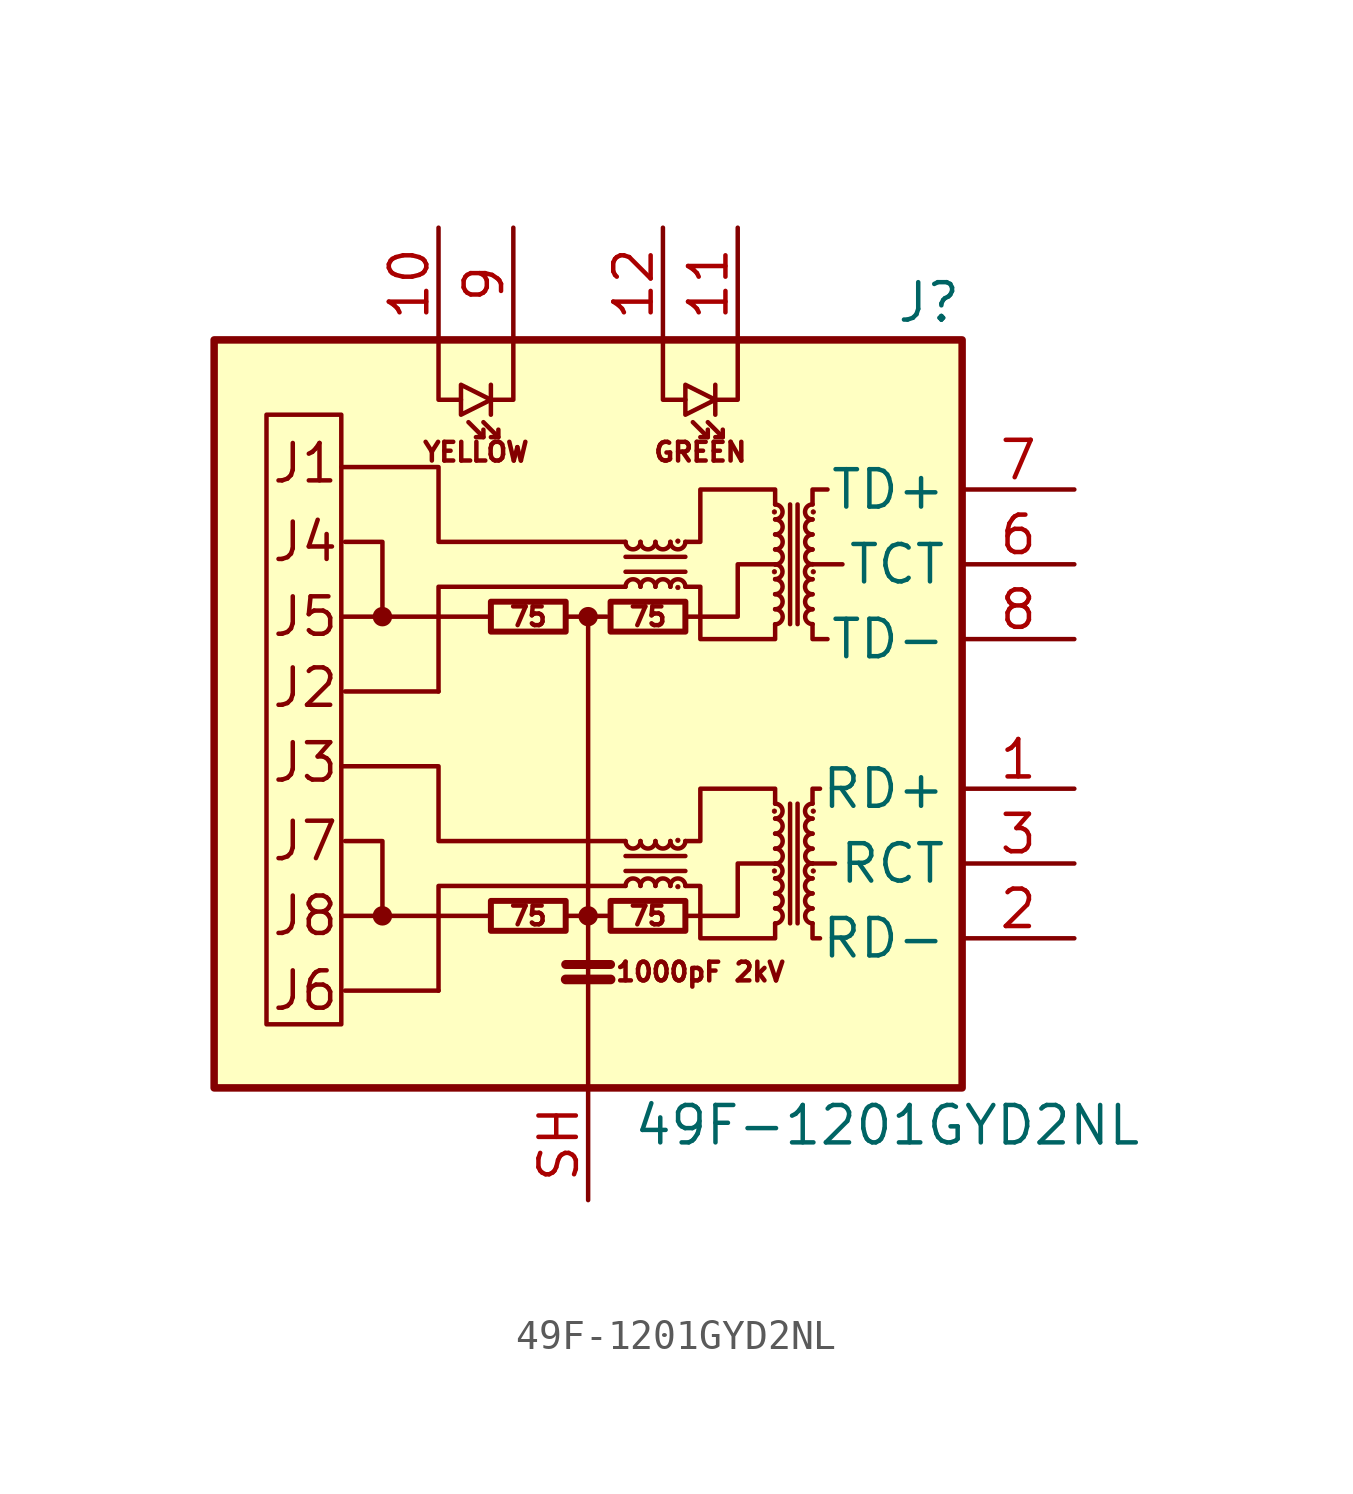
<source format=kicad_sym>
(kicad_symbol_lib
  (version 20211014)
  (generator kicad_symbol_editor)
  (symbol "49F-1201GYD2NL"
    (property "Reference" "J"
      (at 12.7 13.97 0)
      (effects (font (size 1.27 1.27)) (justify right)))
    (property "Value" "49F-1201GYD2NL"
      (at 10.16 -13.97 0)
      (effects (font (size 1.27 1.27))))
    (symbol "49F-1201GYD2NL_0_0"
      (rectangle (start -12.7 12.7) (end 12.7 -12.7) (stroke (width 0.254) (type default) (color 0 0 0 0)) (fill (type background)))
      (polyline (pts (xy -3.302 -6.858) (xy -8.382 -6.858)) (stroke (width 0) (type default) (color 0 0 0 0)) (fill (type none)))
      (polyline (pts (xy -3.302 3.302) (xy -8.382 3.302)) (stroke (width 0) (type default) (color 0 0 0 0)) (fill (type none)))
      (polyline (pts (xy 8.382 -5.08) (xy 7.62 -5.08)) (stroke (width 0) (type default) (color 0 0 0 0)) (fill (type none)))
      (polyline (pts (xy 8.636 5.08) (xy 7.62 5.08)) (stroke (width 0) (type default) (color 0 0 0 0)) (fill (type none)))
      (polyline (pts (xy 1.27 -4.318) (xy -5.08 -4.318) (xy -5.08 -1.778) (xy -8.382 -1.778)) (stroke (width 0) (type default) (color 0 0 0 0)) (fill (type none)))
      (polyline (pts (xy 1.27 5.842) (xy -5.08 5.842) (xy -5.08 8.382) (xy -8.382 8.382)) (stroke (width 0) (type default) (color 0 0 0 0)) (fill (type none)))
      (polyline (pts (xy 3.302 -6.858) (xy 5.08 -6.858) (xy 5.08 -5.08) (xy 6.35 -5.08)) (stroke (width 0) (type default) (color 0 0 0 0)) (fill (type none)))
      (polyline (pts (xy 3.302 3.302) (xy 5.08 3.302) (xy 5.08 5.08) (xy 6.35 5.08)) (stroke (width 0) (type default) (color 0 0 0 0)) (fill (type none)))
      (text "1000pF 2kV" (at 3.81 -8.763 0) (effects (font (size 0.635 0.635))))
      (text "75" (at -2.032 -6.858 0) (effects (font (size 0.635 0.635))))
      (text "75" (at -2.032 3.302 0) (effects (font (size 0.635 0.635))))
      (text "75" (at 2.032 -6.858 0) (effects (font (size 0.635 0.635))))
      (text "75" (at 2.032 3.302 0) (effects (font (size 0.635 0.635))))
      (text "GREEN" (at 3.81 8.89 0) (effects (font (size 0.635 0.635))))
      (text "J1" (at -10.795 8.509 0) (effects (font (size 1.27 1.27)) (justify left)))
      (text "J2" (at -10.795 0.889 0) (effects (font (size 1.27 1.27)) (justify left)))
      (text "J3" (at -10.795 -1.651 0) (effects (font (size 1.27 1.27)) (justify left)))
      (text "J4" (at -10.795 5.842 0) (effects (font (size 1.27 1.27)) (justify left)))
      (text "J5" (at -10.795 3.302 0) (effects (font (size 1.27 1.27)) (justify left)))
      (text "J6" (at -10.795 -9.398 0) (effects (font (size 1.27 1.27)) (justify left)))
      (text "J7" (at -10.795 -4.318 0) (effects (font (size 1.27 1.27)) (justify left)))
      (text "J8" (at -10.795 -6.858 0) (effects (font (size 1.27 1.27)) (justify left)))
      (text "YELLOW" (at -3.81 8.89 0) (effects (font (size 0.635 0.635)))))
    (symbol "49F-1201GYD2NL_0_1"
      (rectangle (start -8.382 -10.541) (end -10.922 10.16) (stroke (width 0) (type default) (color 0 0 0 0)) (fill (type none)))
      (circle (center -6.985 -6.858) (radius 0.254) (stroke (width 0) (type default) (color 0 0 0 0)) (fill (type outline)))
      (circle (center -6.985 3.302) (radius 0.254) (stroke (width 0) (type default) (color 0 0 0 0)) (fill (type outline)))
      (rectangle (start -3.302 -7.366) (end -0.762 -6.35) (stroke (width 0.203) (type default) (color 0 0 0 0)) (fill (type none)))
      (rectangle (start -3.302 2.794) (end -0.762 3.81) (stroke (width 0.203) (type default) (color 0 0 0 0)) (fill (type none)))
      (circle (center 0 -6.858) (radius 0.254) (stroke (width 0) (type default) (color 0 0 0 0)) (fill (type outline)))
      (polyline (pts (xy -5.08 -9.398) (xy -8.255 -9.398)) (stroke (width 0) (type default) (color 0 0 0 0)) (fill (type none)))
      (polyline (pts (xy -5.08 0.762) (xy -8.255 0.762)) (stroke (width 0) (type default) (color 0 0 0 0)) (fill (type none)))
      (polyline (pts (xy -3.556 9.398) (xy -4.064 9.906)) (stroke (width 0) (type default) (color 0 0 0 0)) (fill (type none)))
      (polyline (pts (xy -3.302 11.176) (xy -3.302 10.16)) (stroke (width 0) (type default) (color 0 0 0 0)) (fill (type none)))
      (polyline (pts (xy -3.048 9.398) (xy -3.556 9.906)) (stroke (width 0) (type default) (color 0 0 0 0)) (fill (type none)))
      (polyline (pts (xy -0.762 -9.017) (xy 0.762 -9.017)) (stroke (width 0.33) (type default) (color 0 0 0 0)) (fill (type none)))
      (polyline (pts (xy -0.762 -8.509) (xy 0.762 -8.509)) (stroke (width 0.305) (type default) (color 0 0 0 0)) (fill (type none)))
      (polyline (pts (xy 0 3.302) (xy -0.762 3.302)) (stroke (width 0) (type default) (color 0 0 0 0)) (fill (type none)))
      (polyline (pts (xy 0.762 -6.858) (xy -0.762 -6.858)) (stroke (width 0) (type default) (color 0 0 0 0)) (fill (type none)))
      (polyline (pts (xy 1.27 -5.334) (xy 3.302 -5.334)) (stroke (width 0) (type default) (color 0 0 0 0)) (fill (type none)))
      (polyline (pts (xy 1.27 4.826) (xy 3.302 4.826)) (stroke (width 0) (type default) (color 0 0 0 0)) (fill (type none)))
      (polyline (pts (xy 3.302 -4.826) (xy 1.27 -4.826)) (stroke (width 0) (type default) (color 0 0 0 0)) (fill (type none)))
      (polyline (pts (xy 3.302 5.334) (xy 1.27 5.334)) (stroke (width 0) (type default) (color 0 0 0 0)) (fill (type none)))
      (polyline (pts (xy 4.064 9.398) (xy 3.556 9.906)) (stroke (width 0) (type default) (color 0 0 0 0)) (fill (type none)))
      (polyline (pts (xy 4.318 11.176) (xy 4.318 10.16)) (stroke (width 0) (type default) (color 0 0 0 0)) (fill (type none)))
      (polyline (pts (xy 4.572 9.398) (xy 4.064 9.906)) (stroke (width 0) (type default) (color 0 0 0 0)) (fill (type none)))
      (polyline (pts (xy 6.858 -3.048) (xy 6.858 -7.112)) (stroke (width 0) (type default) (color 0 0 0 0)) (fill (type none)))
      (polyline (pts (xy 6.858 7.112) (xy 6.858 3.048)) (stroke (width 0) (type default) (color 0 0 0 0)) (fill (type none)))
      (polyline (pts (xy 7.112 -7.112) (xy 7.112 -3.048)) (stroke (width 0) (type default) (color 0 0 0 0)) (fill (type none)))
      (polyline (pts (xy 7.112 3.048) (xy 7.112 7.112)) (stroke (width 0) (type default) (color 0 0 0 0)) (fill (type none)))
      (polyline (pts (xy -6.985 -6.858) (xy -6.985 -4.318) (xy -8.255 -4.318)) (stroke (width 0) (type default) (color 0 0 0 0)) (fill (type none)))
      (polyline (pts (xy -6.985 3.302) (xy -6.985 5.842) (xy -8.255 5.842)) (stroke (width 0) (type default) (color 0 0 0 0)) (fill (type none)))
      (polyline (pts (xy -5.08 12.7) (xy -5.08 10.668) (xy -4.318 10.668)) (stroke (width 0) (type default) (color 0 0 0 0)) (fill (type none)))
      (polyline (pts (xy -3.556 9.652) (xy -3.556 9.398) (xy -3.81 9.398)) (stroke (width 0) (type default) (color 0 0 0 0)) (fill (type none)))
      (polyline (pts (xy -3.048 9.652) (xy -3.048 9.398) (xy -3.302 9.398)) (stroke (width 0) (type default) (color 0 0 0 0)) (fill (type none)))
      (polyline (pts (xy -2.54 12.7) (xy -2.54 10.668) (xy -3.302 10.668)) (stroke (width 0) (type default) (color 0 0 0 0)) (fill (type none)))
      (polyline (pts (xy 0 -12.7) (xy 0 3.302) (xy 0.635 3.302)) (stroke (width 0) (type default) (color 0 0 0 0)) (fill (type none)))
      (polyline (pts (xy 1.27 -5.842) (xy -5.08 -5.842) (xy -5.08 -9.398)) (stroke (width 0) (type default) (color 0 0 0 0)) (fill (type none)))
      (polyline (pts (xy 1.27 4.318) (xy -5.08 4.318) (xy -5.08 0.762)) (stroke (width 0) (type default) (color 0 0 0 0)) (fill (type none)))
      (polyline (pts (xy 2.54 12.7) (xy 2.54 10.668) (xy 3.302 10.668)) (stroke (width 0) (type default) (color 0 0 0 0)) (fill (type none)))
      (polyline (pts (xy 4.064 9.652) (xy 4.064 9.398) (xy 3.81 9.398)) (stroke (width 0) (type default) (color 0 0 0 0)) (fill (type none)))
      (polyline (pts (xy 4.572 9.652) (xy 4.572 9.398) (xy 4.318 9.398)) (stroke (width 0) (type default) (color 0 0 0 0)) (fill (type none)))
      (polyline (pts (xy 5.08 12.7) (xy 5.08 10.668) (xy 4.318 10.668)) (stroke (width 0) (type default) (color 0 0 0 0)) (fill (type none)))
      (polyline (pts (xy 7.62 -7.112) (xy 7.62 -7.62) (xy 7.874 -7.62)) (stroke (width 0) (type default) (color 0 0 0 0)) (fill (type none)))
      (polyline (pts (xy 7.62 -3.048) (xy 7.62 -2.54) (xy 7.874 -2.54)) (stroke (width 0) (type default) (color 0 0 0 0)) (fill (type none)))
      (polyline (pts (xy 7.62 3.048) (xy 7.62 2.54) (xy 8.128 2.54)) (stroke (width 0) (type default) (color 0 0 0 0)) (fill (type none)))
      (polyline (pts (xy 7.62 7.112) (xy 7.62 7.62) (xy 8.128 7.62)) (stroke (width 0) (type default) (color 0 0 0 0)) (fill (type none)))
      (polyline (pts (xy -3.302 10.668) (xy -4.318 11.176) (xy -4.318 10.16) (xy -3.302 10.668)) (stroke (width 0) (type default) (color 0 0 0 0)) (fill (type none)))
      (polyline (pts (xy 4.318 10.668) (xy 3.302 11.176) (xy 3.302 10.16) (xy 4.318 10.668)) (stroke (width 0) (type default) (color 0 0 0 0)) (fill (type none)))
      (polyline (pts (xy 3.302 -4.318) (xy 3.81 -4.318) (xy 3.81 -2.54) (xy 6.35 -2.54) (xy 6.35 -3.048)) (stroke (width 0) (type default) (color 0 0 0 0)) (fill (type none)))
      (polyline (pts (xy 3.302 5.842) (xy 3.81 5.842) (xy 3.81 7.62) (xy 6.35 7.62) (xy 6.35 7.112)) (stroke (width 0) (type default) (color 0 0 0 0)) (fill (type none)))
      (polyline (pts (xy 6.35 -7.112) (xy 6.35 -7.62) (xy 3.81 -7.62) (xy 3.81 -5.842) (xy 3.302 -5.842)) (stroke (width 0) (type default) (color 0 0 0 0)) (fill (type none)))
      (polyline (pts (xy 6.35 3.048) (xy 6.35 2.54) (xy 3.81 2.54) (xy 3.81 4.318) (xy 3.302 4.318)) (stroke (width 0) (type default) (color 0 0 0 0)) (fill (type none)))
      (circle (center 0 3.302) (radius 0.254) (stroke (width 0) (type default) (color 0 0 0 0)) (fill (type outline)))
      (rectangle (start 0.762 -7.366) (end 3.302 -6.35) (stroke (width 0.203) (type default) (color 0 0 0 0)) (fill (type none)))
      (rectangle (start 0.762 2.794) (end 3.302 3.81) (stroke (width 0.203) (type default) (color 0 0 0 0)) (fill (type none)))
      (arc (start 1.27 -4.318) (mid 1.524 -4.572) (end 1.778 -4.318) (stroke (width 0) (type default) (color 0 0 0 0)) (fill (type none)))
      (arc (start 1.27 5.842) (mid 1.524 5.588) (end 1.778 5.842) (stroke (width 0) (type default) (color 0 0 0 0)) (fill (type none)))
      (arc (start 1.778 -5.842) (mid 1.524 -5.588) (end 1.27 -5.842) (stroke (width 0) (type default) (color 0 0 0 0)) (fill (type none)))
      (arc (start 1.778 -4.318) (mid 2.032 -4.572) (end 2.286 -4.318) (stroke (width 0) (type default) (color 0 0 0 0)) (fill (type none)))
      (arc (start 1.778 4.318) (mid 1.524 4.572) (end 1.27 4.318) (stroke (width 0) (type default) (color 0 0 0 0)) (fill (type none)))
      (arc (start 1.778 5.842) (mid 2.032 5.588) (end 2.286 5.842) (stroke (width 0) (type default) (color 0 0 0 0)) (fill (type none)))
      (arc (start 2.286 -5.842) (mid 2.032 -5.588) (end 1.778 -5.842) (stroke (width 0) (type default) (color 0 0 0 0)) (fill (type none)))
      (arc (start 2.286 -4.318) (mid 2.54 -4.572) (end 2.794 -4.318) (stroke (width 0) (type default) (color 0 0 0 0)) (fill (type none)))
      (arc (start 2.286 4.318) (mid 2.032 4.572) (end 1.778 4.318) (stroke (width 0) (type default) (color 0 0 0 0)) (fill (type none)))
      (arc (start 2.286 5.842) (mid 2.54 5.588) (end 2.794 5.842) (stroke (width 0) (type default) (color 0 0 0 0)) (fill (type none)))
      (arc (start 2.794 -5.842) (mid 2.54 -5.588) (end 2.286 -5.842) (stroke (width 0) (type default) (color 0 0 0 0)) (fill (type none)))
      (arc (start 2.794 -4.318) (mid 3.048 -4.572) (end 3.302 -4.318) (stroke (width 0) (type default) (color 0 0 0 0)) (fill (type none)))
      (arc (start 2.794 4.318) (mid 2.54 4.572) (end 2.286 4.318) (stroke (width 0) (type default) (color 0 0 0 0)) (fill (type none)))
      (arc (start 2.794 5.842) (mid 3.048 5.588) (end 3.302 5.842) (stroke (width 0) (type default) (color 0 0 0 0)) (fill (type none)))
      (circle (center 3.048 -5.867) (radius 0.076) (stroke (width 0.025) (type default) (color 0 0 0 0)) (fill (type outline)))
      (circle (center 3.048 -4.293) (radius 0.076) (stroke (width 0.025) (type default) (color 0 0 0 0)) (fill (type outline)))
      (circle (center 3.048 4.293) (radius 0.076) (stroke (width 0.025) (type default) (color 0 0 0 0)) (fill (type outline)))
      (circle (center 3.048 5.867) (radius 0.076) (stroke (width 0.025) (type default) (color 0 0 0 0)) (fill (type outline)))
      (arc (start 3.302 -5.842) (mid 3.048 -5.588) (end 2.794 -5.842) (stroke (width 0) (type default) (color 0 0 0 0)) (fill (type none)))
      (arc (start 3.302 4.318) (mid 3.048 4.572) (end 2.794 4.318) (stroke (width 0) (type default) (color 0 0 0 0)) (fill (type none)))
      (circle (center 6.325 -5.334) (radius 0.076) (stroke (width 0.025) (type default) (color 0 0 0 0)) (fill (type outline)))
      (circle (center 6.325 -3.302) (radius 0.076) (stroke (width 0.025) (type default) (color 0 0 0 0)) (fill (type outline)))
      (circle (center 6.325 4.826) (radius 0.076) (stroke (width 0.025) (type default) (color 0 0 0 0)) (fill (type outline)))
      (circle (center 6.325 6.858) (radius 0.076) (stroke (width 0.025) (type default) (color 0 0 0 0)) (fill (type outline)))
      (arc (start 6.35 -7.112) (mid 6.604 -6.858) (end 6.35 -6.604) (stroke (width 0) (type default) (color 0 0 0 0)) (fill (type none)))
      (arc (start 6.35 -6.604) (mid 6.604 -6.35) (end 6.35 -6.096) (stroke (width 0) (type default) (color 0 0 0 0)) (fill (type none)))
      (arc (start 6.35 -6.096) (mid 6.604 -5.842) (end 6.35 -5.588) (stroke (width 0) (type default) (color 0 0 0 0)) (fill (type none)))
      (arc (start 6.35 -5.588) (mid 6.604 -5.334) (end 6.35 -5.08) (stroke (width 0) (type default) (color 0 0 0 0)) (fill (type none)))
      (arc (start 6.35 -5.08) (mid 6.604 -4.826) (end 6.35 -4.572) (stroke (width 0) (type default) (color 0 0 0 0)) (fill (type none)))
      (arc (start 6.35 -4.572) (mid 6.604 -4.318) (end 6.35 -4.064) (stroke (width 0) (type default) (color 0 0 0 0)) (fill (type none)))
      (arc (start 6.35 -4.064) (mid 6.604 -3.81) (end 6.35 -3.556) (stroke (width 0) (type default) (color 0 0 0 0)) (fill (type none)))
      (arc (start 6.35 -3.556) (mid 6.604 -3.302) (end 6.35 -3.048) (stroke (width 0) (type default) (color 0 0 0 0)) (fill (type none)))
      (arc (start 6.35 3.048) (mid 6.604 3.302) (end 6.35 3.556) (stroke (width 0) (type default) (color 0 0 0 0)) (fill (type none)))
      (arc (start 6.35 3.556) (mid 6.604 3.81) (end 6.35 4.064) (stroke (width 0) (type default) (color 0 0 0 0)) (fill (type none)))
      (arc (start 6.35 4.064) (mid 6.604 4.318) (end 6.35 4.572) (stroke (width 0) (type default) (color 0 0 0 0)) (fill (type none)))
      (arc (start 6.35 4.572) (mid 6.604 4.826) (end 6.35 5.08) (stroke (width 0) (type default) (color 0 0 0 0)) (fill (type none)))
      (arc (start 6.35 5.08) (mid 6.604 5.334) (end 6.35 5.588) (stroke (width 0) (type default) (color 0 0 0 0)) (fill (type none)))
      (arc (start 6.35 5.588) (mid 6.604 5.842) (end 6.35 6.096) (stroke (width 0) (type default) (color 0 0 0 0)) (fill (type none)))
      (arc (start 6.35 6.096) (mid 6.604 6.35) (end 6.35 6.604) (stroke (width 0) (type default) (color 0 0 0 0)) (fill (type none)))
      (arc (start 6.35 6.604) (mid 6.604 6.858) (end 6.35 7.112) (stroke (width 0) (type default) (color 0 0 0 0)) (fill (type none)))
      (arc (start 7.62 -6.604) (mid 7.366 -6.858) (end 7.62 -7.112) (stroke (width 0) (type default) (color 0 0 0 0)) (fill (type none)))
      (arc (start 7.62 -6.096) (mid 7.366 -6.35) (end 7.62 -6.604) (stroke (width 0) (type default) (color 0 0 0 0)) (fill (type none)))
      (arc (start 7.62 -5.588) (mid 7.366 -5.842) (end 7.62 -6.096) (stroke (width 0) (type default) (color 0 0 0 0)) (fill (type none)))
      (arc (start 7.62 -5.08) (mid 7.366 -5.334) (end 7.62 -5.588) (stroke (width 0) (type default) (color 0 0 0 0)) (fill (type none)))
      (arc (start 7.62 -4.572) (mid 7.366 -4.826) (end 7.62 -5.08) (stroke (width 0) (type default) (color 0 0 0 0)) (fill (type none)))
      (arc (start 7.62 -4.064) (mid 7.366 -4.318) (end 7.62 -4.572) (stroke (width 0) (type default) (color 0 0 0 0)) (fill (type none)))
      (arc (start 7.62 -3.556) (mid 7.366 -3.81) (end 7.62 -4.064) (stroke (width 0) (type default) (color 0 0 0 0)) (fill (type none)))
      (arc (start 7.62 -3.048) (mid 7.366 -3.302) (end 7.62 -3.556) (stroke (width 0) (type default) (color 0 0 0 0)) (fill (type none)))
      (arc (start 7.62 3.556) (mid 7.366 3.302) (end 7.62 3.048) (stroke (width 0) (type default) (color 0 0 0 0)) (fill (type none)))
      (arc (start 7.62 4.064) (mid 7.366 3.81) (end 7.62 3.556) (stroke (width 0) (type default) (color 0 0 0 0)) (fill (type none)))
      (arc (start 7.62 4.572) (mid 7.366 4.318) (end 7.62 4.064) (stroke (width 0) (type default) (color 0 0 0 0)) (fill (type none)))
      (arc (start 7.62 5.08) (mid 7.366 4.826) (end 7.62 4.572) (stroke (width 0) (type default) (color 0 0 0 0)) (fill (type none)))
      (arc (start 7.62 5.588) (mid 7.366 5.334) (end 7.62 5.08) (stroke (width 0) (type default) (color 0 0 0 0)) (fill (type none)))
      (arc (start 7.62 6.096) (mid 7.366 5.842) (end 7.62 5.588) (stroke (width 0) (type default) (color 0 0 0 0)) (fill (type none)))
      (arc (start 7.62 6.604) (mid 7.366 6.35) (end 7.62 6.096) (stroke (width 0) (type default) (color 0 0 0 0)) (fill (type none)))
      (arc (start 7.62 7.112) (mid 7.366 6.858) (end 7.62 6.604) (stroke (width 0) (type default) (color 0 0 0 0)) (fill (type none)))
      (circle (center 7.645 -5.334) (radius 0.076) (stroke (width 0.025) (type default) (color 0 0 0 0)) (fill (type outline)))
      (circle (center 7.645 -3.302) (radius 0.076) (stroke (width 0.025) (type default) (color 0 0 0 0)) (fill (type outline)))
      (circle (center 7.645 4.826) (radius 0.076) (stroke (width 0.025) (type default) (color 0 0 0 0)) (fill (type outline)))
      (circle (center 7.645 6.858) (radius 0.076) (stroke (width 0.025) (type default) (color 0 0 0 0)) (fill (type outline))))
    (symbol "49F-1201GYD2NL_1_1"
      (pin passive line (at 16.51 -2.54 180) (length 3.81) (name "RD+" (effects (font (size 1.27 1.27)))) (number "1" (effects (font (size 1.27 1.27)))))
      (pin passive line (at -5.08 16.51 270) (length 3.81) (name "~" (effects (font (size 1.27 1.27)))) (number "10" (effects (font (size 1.27 1.27)))))
      (pin passive line (at 5.08 16.51 270) (length 3.81) (name "~" (effects (font (size 1.27 1.27)))) (number "11" (effects (font (size 1.27 1.27)))))
      (pin passive line (at 2.54 16.51 270) (length 3.81) (name "~" (effects (font (size 1.27 1.27)))) (number "12" (effects (font (size 1.27 1.27)))))
      (pin passive line (at 16.51 -7.62 180) (length 3.81) (name "RD-" (effects (font (size 1.27 1.27)))) (number "2" (effects (font (size 1.27 1.27)))))
      (pin passive line (at 16.51 -5.08 180) (length 3.81) (name "RCT" (effects (font (size 1.27 1.27)))) (number "3" (effects (font (size 1.27 1.27)))))
      (pin passive line (at 16.51 5.08 180) (length 3.81) (name "TCT" (effects (font (size 1.27 1.27)))) (number "6" (effects (font (size 1.27 1.27)))))
      (pin passive line (at 16.51 7.62 180) (length 3.81) (name "TD+" (effects (font (size 1.27 1.27)))) (number "7" (effects (font (size 1.27 1.27)))))
      (pin passive line (at 16.51 2.54 180) (length 3.81) (name "TD-" (effects (font (size 1.27 1.27)))) (number "8" (effects (font (size 1.27 1.27)))))
      (pin passive line (at -2.54 16.51 270) (length 3.81) (name "~" (effects (font (size 1.27 1.27)))) (number "9" (effects (font (size 1.27 1.27)))))
      (pin passive line (at 0 -16.51 90) (length 3.81) (name "~" (effects (font (size 1.27 1.27)))) (number "SH" (effects (font (size 1.27 1.27))))))))
</source>
